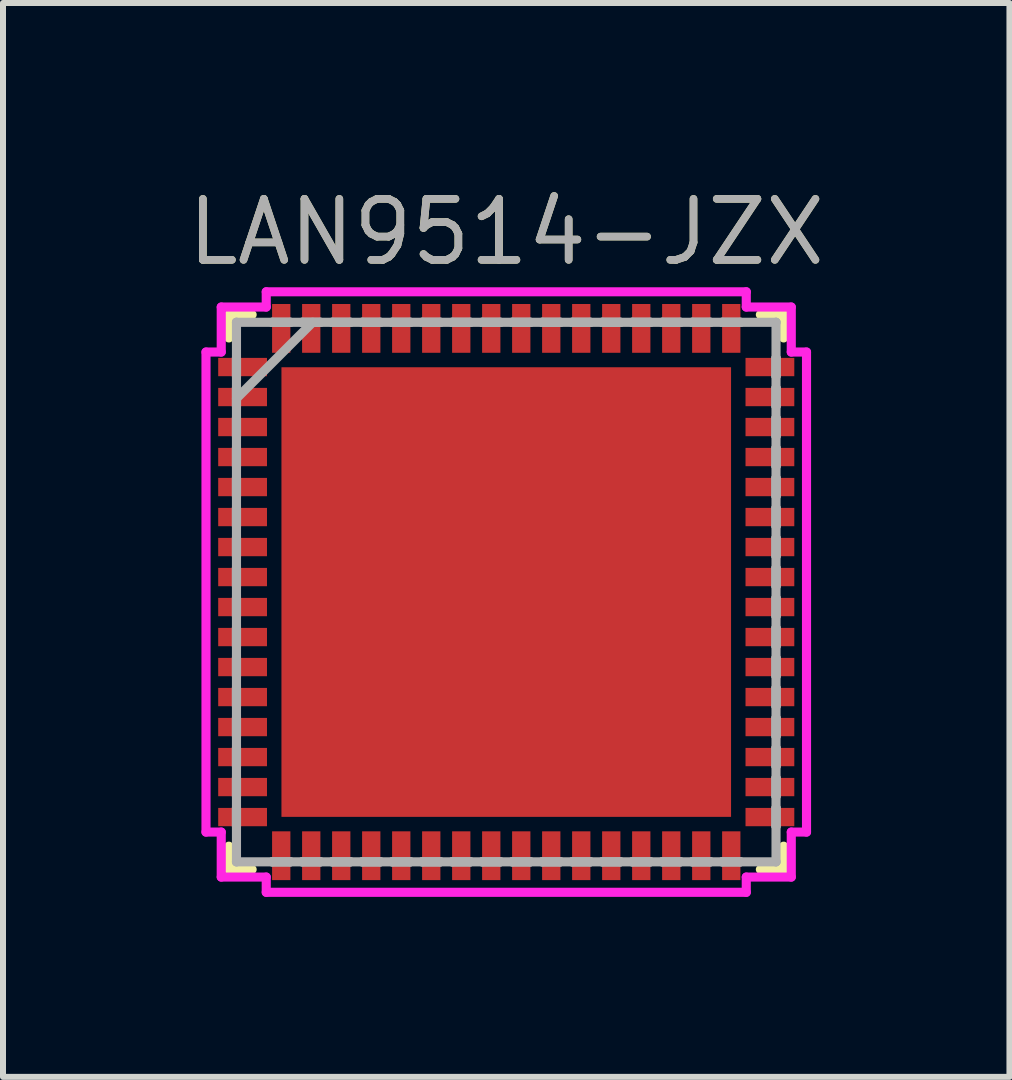
<source format=kicad_pcb>
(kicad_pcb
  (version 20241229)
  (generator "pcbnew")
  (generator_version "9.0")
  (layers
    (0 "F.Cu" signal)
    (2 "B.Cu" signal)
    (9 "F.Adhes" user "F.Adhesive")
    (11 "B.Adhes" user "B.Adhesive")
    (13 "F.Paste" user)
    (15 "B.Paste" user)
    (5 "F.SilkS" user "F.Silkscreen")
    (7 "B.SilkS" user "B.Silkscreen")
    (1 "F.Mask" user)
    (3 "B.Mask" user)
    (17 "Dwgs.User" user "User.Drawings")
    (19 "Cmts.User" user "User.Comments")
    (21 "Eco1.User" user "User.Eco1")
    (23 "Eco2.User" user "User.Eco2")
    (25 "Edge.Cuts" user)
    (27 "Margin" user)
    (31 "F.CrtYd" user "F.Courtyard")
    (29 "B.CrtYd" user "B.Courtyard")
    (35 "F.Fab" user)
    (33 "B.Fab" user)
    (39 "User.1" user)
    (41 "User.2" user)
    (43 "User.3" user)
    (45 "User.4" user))
  (footprint "LAN9514-JZX"
    (layer "F.Cu")
    (at 5.387 6.817)
    (property "Reference" "LAN9514-JZX" (at 0 -6 0) (layer "F.SilkS") (effects (font (size 1.016 1.016) (thickness 0.127))))
    (attr through_hole)
    (fp_line (start -4.623 -4.623) (end -4.623 -4.235) (stroke (width 0.152) (type solid)) (layer "F.SilkS"))
    (fp_line (start -4.623 4.235) (end -4.623 4.623) (stroke (width 0.152) (type solid)) (layer "F.SilkS"))
    (fp_line (start -4.623 4.623) (end -4.235 4.623) (stroke (width 0.152) (type solid)) (layer "F.SilkS"))
    (fp_line (start -4.235 -4.623) (end -4.623 -4.623) (stroke (width 0.152) (type solid)) (layer "F.SilkS"))
    (fp_line (start 4.235 4.623) (end 4.623 4.623) (stroke (width 0.152) (type solid)) (layer "F.SilkS"))
    (fp_line (start 4.623 -4.623) (end 4.235 -4.623) (stroke (width 0.152) (type solid)) (layer "F.SilkS"))
    (fp_line (start 4.623 -4.235) (end 4.623 -4.623) (stroke (width 0.152) (type solid)) (layer "F.SilkS"))
    (fp_line (start 4.623 4.623) (end 4.623 4.235) (stroke (width 0.152) (type solid)) (layer "F.SilkS"))
    (fp_line (start -5.004 -4) (end -4.75 -4) (stroke (width 0.152) (type solid)) (layer "F.CrtYd"))
    (fp_line (start -5.004 4) (end -5.004 -4) (stroke (width 0.152) (type solid)) (layer "F.CrtYd"))
    (fp_line (start -4.75 -4.75) (end -4 -4.75) (stroke (width 0.152) (type solid)) (layer "F.CrtYd"))
    (fp_line (start -4.75 -4) (end -4.75 -4.75) (stroke (width 0.152) (type solid)) (layer "F.CrtYd"))
    (fp_line (start -4.75 4) (end -5.004 4) (stroke (width 0.152) (type solid)) (layer "F.CrtYd"))
    (fp_line (start -4.75 4.75) (end -4.75 4) (stroke (width 0.152) (type solid)) (layer "F.CrtYd"))
    (fp_line (start -4 -5.004) (end 4 -5.004) (stroke (width 0.152) (type solid)) (layer "F.CrtYd"))
    (fp_line (start -4 -4.75) (end -4 -5.004) (stroke (width 0.152) (type solid)) (layer "F.CrtYd"))
    (fp_line (start -4 4.75) (end -4.75 4.75) (stroke (width 0.152) (type solid)) (layer "F.CrtYd"))
    (fp_line (start -4 5.004) (end -4 4.75) (stroke (width 0.152) (type solid)) (layer "F.CrtYd"))
    (fp_line (start 4 -5.004) (end 4 -4.75) (stroke (width 0.152) (type solid)) (layer "F.CrtYd"))
    (fp_line (start 4 -4.75) (end 4.75 -4.75) (stroke (width 0.152) (type solid)) (layer "F.CrtYd"))
    (fp_line (start 4 4.75) (end 4 5.004) (stroke (width 0.152) (type solid)) (layer "F.CrtYd"))
    (fp_line (start 4 5.004) (end -4 5.004) (stroke (width 0.152) (type solid)) (layer "F.CrtYd"))
    (fp_line (start 4.75 -4.75) (end 4.75 -4) (stroke (width 0.152) (type solid)) (layer "F.CrtYd"))
    (fp_line (start 4.75 -4) (end 5.004 -4) (stroke (width 0.152) (type solid)) (layer "F.CrtYd"))
    (fp_line (start 4.75 4) (end 4.75 4.75) (stroke (width 0.152) (type solid)) (layer "F.CrtYd"))
    (fp_line (start 4.75 4.75) (end 4 4.75) (stroke (width 0.152) (type solid)) (layer "F.CrtYd"))
    (fp_line (start 5.004 -4) (end 5.004 4) (stroke (width 0.152) (type solid)) (layer "F.CrtYd"))
    (fp_line (start 5.004 4) (end 4.75 4) (stroke (width 0.152) (type solid)) (layer "F.CrtYd"))
    (fp_line (start -4.496 -4.496) (end -4.496 -4.496) (stroke (width 0.152) (type solid)) (layer "F.Fab"))
    (fp_line (start -4.496 -4.496) (end -4.496 4.496) (stroke (width 0.152) (type solid)) (layer "F.Fab"))
    (fp_line (start -4.496 -3.902) (end -4.496 -3.902) (stroke (width 0.152) (type solid)) (layer "F.Fab"))
    (fp_line (start -4.496 -3.902) (end -4.496 -3.598) (stroke (width 0.152) (type solid)) (layer "F.Fab"))
    (fp_line (start -4.496 -3.598) (end -4.496 -3.902) (stroke (width 0.152) (type solid)) (layer "F.Fab"))
    (fp_line (start -4.496 -3.598) (end -4.496 -3.598) (stroke (width 0.152) (type solid)) (layer "F.Fab"))
    (fp_line (start -4.496 -3.402) (end -4.496 -3.402) (stroke (width 0.152) (type solid)) (layer "F.Fab"))
    (fp_line (start -4.496 -3.402) (end -4.496 -3.098) (stroke (width 0.152) (type solid)) (layer "F.Fab"))
    (fp_line (start -4.496 -3.226) (end -3.226 -4.496) (stroke (width 0.152) (type solid)) (layer "F.Fab"))
    (fp_line (start -4.496 -3.098) (end -4.496 -3.402) (stroke (width 0.152) (type solid)) (layer "F.Fab"))
    (fp_line (start -4.496 -3.098) (end -4.496 -3.098) (stroke (width 0.152) (type solid)) (layer "F.Fab"))
    (fp_line (start -4.496 -2.902) (end -4.496 -2.902) (stroke (width 0.152) (type solid)) (layer "F.Fab"))
    (fp_line (start -4.496 -2.902) (end -4.496 -2.598) (stroke (width 0.152) (type solid)) (layer "F.Fab"))
    (fp_line (start -4.496 -2.598) (end -4.496 -2.902) (stroke (width 0.152) (type solid)) (layer "F.Fab"))
    (fp_line (start -4.496 -2.598) (end -4.496 -2.598) (stroke (width 0.152) (type solid)) (layer "F.Fab"))
    (fp_line (start -4.496 -2.402) (end -4.496 -2.402) (stroke (width 0.152) (type solid)) (layer "F.Fab"))
    (fp_line (start -4.496 -2.402) (end -4.496 -2.098) (stroke (width 0.152) (type solid)) (layer "F.Fab"))
    (fp_line (start -4.496 -2.098) (end -4.496 -2.402) (stroke (width 0.152) (type solid)) (layer "F.Fab"))
    (fp_line (start -4.496 -2.098) (end -4.496 -2.098) (stroke (width 0.152) (type solid)) (layer "F.Fab"))
    (fp_line (start -4.496 -1.902) (end -4.496 -1.902) (stroke (width 0.152) (type solid)) (layer "F.Fab"))
    (fp_line (start -4.496 -1.902) (end -4.496 -1.598) (stroke (width 0.152) (type solid)) (layer "F.Fab"))
    (fp_line (start -4.496 -1.598) (end -4.496 -1.902) (stroke (width 0.152) (type solid)) (layer "F.Fab"))
    (fp_line (start -4.496 -1.598) (end -4.496 -1.598) (stroke (width 0.152) (type solid)) (layer "F.Fab"))
    (fp_line (start -4.496 -1.402) (end -4.496 -1.402) (stroke (width 0.152) (type solid)) (layer "F.Fab"))
    (fp_line (start -4.496 -1.402) (end -4.496 -1.098) (stroke (width 0.152) (type solid)) (layer "F.Fab"))
    (fp_line (start -4.496 -1.098) (end -4.496 -1.402) (stroke (width 0.152) (type solid)) (layer "F.Fab"))
    (fp_line (start -4.496 -1.098) (end -4.496 -1.098) (stroke (width 0.152) (type solid)) (layer "F.Fab"))
    (fp_line (start -4.496 -0.902) (end -4.496 -0.902) (stroke (width 0.152) (type solid)) (layer "F.Fab"))
    (fp_line (start -4.496 -0.902) (end -4.496 -0.598) (stroke (width 0.152) (type solid)) (layer "F.Fab"))
    (fp_line (start -4.496 -0.598) (end -4.496 -0.902) (stroke (width 0.152) (type solid)) (layer "F.Fab"))
    (fp_line (start -4.496 -0.598) (end -4.496 -0.598) (stroke (width 0.152) (type solid)) (layer "F.Fab"))
    (fp_line (start -4.496 -0.402) (end -4.496 -0.402) (stroke (width 0.152) (type solid)) (layer "F.Fab"))
    (fp_line (start -4.496 -0.402) (end -4.496 -0.098) (stroke (width 0.152) (type solid)) (layer "F.Fab"))
    (fp_line (start -4.496 -0.098) (end -4.496 -0.402) (stroke (width 0.152) (type solid)) (layer "F.Fab"))
    (fp_line (start -4.496 -0.098) (end -4.496 -0.098) (stroke (width 0.152) (type solid)) (layer "F.Fab"))
    (fp_line (start -4.496 0.098) (end -4.496 0.098) (stroke (width 0.152) (type solid)) (layer "F.Fab"))
    (fp_line (start -4.496 0.098) (end -4.496 0.402) (stroke (width 0.152) (type solid)) (layer "F.Fab"))
    (fp_line (start -4.496 0.402) (end -4.496 0.098) (stroke (width 0.152) (type solid)) (layer "F.Fab"))
    (fp_line (start -4.496 0.402) (end -4.496 0.402) (stroke (width 0.152) (type solid)) (layer "F.Fab"))
    (fp_line (start -4.496 0.598) (end -4.496 0.598) (stroke (width 0.152) (type solid)) (layer "F.Fab"))
    (fp_line (start -4.496 0.598) (end -4.496 0.902) (stroke (width 0.152) (type solid)) (layer "F.Fab"))
    (fp_line (start -4.496 0.902) (end -4.496 0.598) (stroke (width 0.152) (type solid)) (layer "F.Fab"))
    (fp_line (start -4.496 0.902) (end -4.496 0.902) (stroke (width 0.152) (type solid)) (layer "F.Fab"))
    (fp_line (start -4.496 1.098) (end -4.496 1.098) (stroke (width 0.152) (type solid)) (layer "F.Fab"))
    (fp_line (start -4.496 1.098) (end -4.496 1.402) (stroke (width 0.152) (type solid)) (layer "F.Fab"))
    (fp_line (start -4.496 1.402) (end -4.496 1.098) (stroke (width 0.152) (type solid)) (layer "F.Fab"))
    (fp_line (start -4.496 1.402) (end -4.496 1.402) (stroke (width 0.152) (type solid)) (layer "F.Fab"))
    (fp_line (start -4.496 1.598) (end -4.496 1.598) (stroke (width 0.152) (type solid)) (layer "F.Fab"))
    (fp_line (start -4.496 1.598) (end -4.496 1.902) (stroke (width 0.152) (type solid)) (layer "F.Fab"))
    (fp_line (start -4.496 1.902) (end -4.496 1.598) (stroke (width 0.152) (type solid)) (layer "F.Fab"))
    (fp_line (start -4.496 1.902) (end -4.496 1.902) (stroke (width 0.152) (type solid)) (layer "F.Fab"))
    (fp_line (start -4.496 2.098) (end -4.496 2.098) (stroke (width 0.152) (type solid)) (layer "F.Fab"))
    (fp_line (start -4.496 2.098) (end -4.496 2.402) (stroke (width 0.152) (type solid)) (layer "F.Fab"))
    (fp_line (start -4.496 2.402) (end -4.496 2.098) (stroke (width 0.152) (type solid)) (layer "F.Fab"))
    (fp_line (start -4.496 2.402) (end -4.496 2.402) (stroke (width 0.152) (type solid)) (layer "F.Fab"))
    (fp_line (start -4.496 2.598) (end -4.496 2.598) (stroke (width 0.152) (type solid)) (layer "F.Fab"))
    (fp_line (start -4.496 2.598) (end -4.496 2.902) (stroke (width 0.152) (type solid)) (layer "F.Fab"))
    (fp_line (start -4.496 2.902) (end -4.496 2.598) (stroke (width 0.152) (type solid)) (layer "F.Fab"))
    (fp_line (start -4.496 2.902) (end -4.496 2.902) (stroke (width 0.152) (type solid)) (layer "F.Fab"))
    (fp_line (start -4.496 3.098) (end -4.496 3.098) (stroke (width 0.152) (type solid)) (layer "F.Fab"))
    (fp_line (start -4.496 3.098) (end -4.496 3.402) (stroke (width 0.152) (type solid)) (layer "F.Fab"))
    (fp_line (start -4.496 3.402) (end -4.496 3.098) (stroke (width 0.152) (type solid)) (layer "F.Fab"))
    (fp_line (start -4.496 3.402) (end -4.496 3.402) (stroke (width 0.152) (type solid)) (layer "F.Fab"))
    (fp_line (start -4.496 3.598) (end -4.496 3.598) (stroke (width 0.152) (type solid)) (layer "F.Fab"))
    (fp_line (start -4.496 3.598) (end -4.496 3.902) (stroke (width 0.152) (type solid)) (layer "F.Fab"))
    (fp_line (start -4.496 3.902) (end -4.496 3.598) (stroke (width 0.152) (type solid)) (layer "F.Fab"))
    (fp_line (start -4.496 3.902) (end -4.496 3.902) (stroke (width 0.152) (type solid)) (layer "F.Fab"))
    (fp_line (start -4.496 4.496) (end -4.496 4.496) (stroke (width 0.152) (type solid)) (layer "F.Fab"))
    (fp_line (start -4.496 4.496) (end 4.496 4.496) (stroke (width 0.152) (type solid)) (layer "F.Fab"))
    (fp_line (start -3.902 -4.496) (end -3.902 -4.496) (stroke (width 0.152) (type solid)) (layer "F.Fab"))
    (fp_line (start -3.902 -4.496) (end -3.598 -4.496) (stroke (width 0.152) (type solid)) (layer "F.Fab"))
    (fp_line (start -3.902 4.496) (end -3.902 4.496) (stroke (width 0.152) (type solid)) (layer "F.Fab"))
    (fp_line (start -3.902 4.496) (end -3.598 4.496) (stroke (width 0.152) (type solid)) (layer "F.Fab"))
    (fp_line (start -3.598 -4.496) (end -3.902 -4.496) (stroke (width 0.152) (type solid)) (layer "F.Fab"))
    (fp_line (start -3.598 -4.496) (end -3.598 -4.496) (stroke (width 0.152) (type solid)) (layer "F.Fab"))
    (fp_line (start -3.598 4.496) (end -3.902 4.496) (stroke (width 0.152) (type solid)) (layer "F.Fab"))
    (fp_line (start -3.598 4.496) (end -3.598 4.496) (stroke (width 0.152) (type solid)) (layer "F.Fab"))
    (fp_line (start -3.402 -4.496) (end -3.402 -4.496) (stroke (width 0.152) (type solid)) (layer "F.Fab"))
    (fp_line (start -3.402 -4.496) (end -3.098 -4.496) (stroke (width 0.152) (type solid)) (layer "F.Fab"))
    (fp_line (start -3.402 4.496) (end -3.402 4.496) (stroke (width 0.152) (type solid)) (layer "F.Fab"))
    (fp_line (start -3.402 4.496) (end -3.098 4.496) (stroke (width 0.152) (type solid)) (layer "F.Fab"))
    (fp_line (start -3.098 -4.496) (end -3.402 -4.496) (stroke (width 0.152) (type solid)) (layer "F.Fab"))
    (fp_line (start -3.098 -4.496) (end -3.098 -4.496) (stroke (width 0.152) (type solid)) (layer "F.Fab"))
    (fp_line (start -3.098 4.496) (end -3.402 4.496) (stroke (width 0.152) (type solid)) (layer "F.Fab"))
    (fp_line (start -3.098 4.496) (end -3.098 4.496) (stroke (width 0.152) (type solid)) (layer "F.Fab"))
    (fp_line (start -2.902 -4.496) (end -2.902 -4.496) (stroke (width 0.152) (type solid)) (layer "F.Fab"))
    (fp_line (start -2.902 -4.496) (end -2.598 -4.496) (stroke (width 0.152) (type solid)) (layer "F.Fab"))
    (fp_line (start -2.902 4.496) (end -2.902 4.496) (stroke (width 0.152) (type solid)) (layer "F.Fab"))
    (fp_line (start -2.902 4.496) (end -2.598 4.496) (stroke (width 0.152) (type solid)) (layer "F.Fab"))
    (fp_line (start -2.598 -4.496) (end -2.902 -4.496) (stroke (width 0.152) (type solid)) (layer "F.Fab"))
    (fp_line (start -2.598 -4.496) (end -2.598 -4.496) (stroke (width 0.152) (type solid)) (layer "F.Fab"))
    (fp_line (start -2.598 4.496) (end -2.902 4.496) (stroke (width 0.152) (type solid)) (layer "F.Fab"))
    (fp_line (start -2.598 4.496) (end -2.598 4.496) (stroke (width 0.152) (type solid)) (layer "F.Fab"))
    (fp_line (start -2.402 -4.496) (end -2.402 -4.496) (stroke (width 0.152) (type solid)) (layer "F.Fab"))
    (fp_line (start -2.402 -4.496) (end -2.098 -4.496) (stroke (width 0.152) (type solid)) (layer "F.Fab"))
    (fp_line (start -2.402 4.496) (end -2.402 4.496) (stroke (width 0.152) (type solid)) (layer "F.Fab"))
    (fp_line (start -2.402 4.496) (end -2.098 4.496) (stroke (width 0.152) (type solid)) (layer "F.Fab"))
    (fp_line (start -2.098 -4.496) (end -2.402 -4.496) (stroke (width 0.152) (type solid)) (layer "F.Fab"))
    (fp_line (start -2.098 -4.496) (end -2.098 -4.496) (stroke (width 0.152) (type solid)) (layer "F.Fab"))
    (fp_line (start -2.098 4.496) (end -2.402 4.496) (stroke (width 0.152) (type solid)) (layer "F.Fab"))
    (fp_line (start -2.098 4.496) (end -2.098 4.496) (stroke (width 0.152) (type solid)) (layer "F.Fab"))
    (fp_line (start -1.902 -4.496) (end -1.902 -4.496) (stroke (width 0.152) (type solid)) (layer "F.Fab"))
    (fp_line (start -1.902 -4.496) (end -1.598 -4.496) (stroke (width 0.152) (type solid)) (layer "F.Fab"))
    (fp_line (start -1.902 4.496) (end -1.902 4.496) (stroke (width 0.152) (type solid)) (layer "F.Fab"))
    (fp_line (start -1.902 4.496) (end -1.598 4.496) (stroke (width 0.152) (type solid)) (layer "F.Fab"))
    (fp_line (start -1.598 -4.496) (end -1.902 -4.496) (stroke (width 0.152) (type solid)) (layer "F.Fab"))
    (fp_line (start -1.598 -4.496) (end -1.598 -4.496) (stroke (width 0.152) (type solid)) (layer "F.Fab"))
    (fp_line (start -1.598 4.496) (end -1.902 4.496) (stroke (width 0.152) (type solid)) (layer "F.Fab"))
    (fp_line (start -1.598 4.496) (end -1.598 4.496) (stroke (width 0.152) (type solid)) (layer "F.Fab"))
    (fp_line (start -1.402 -4.496) (end -1.402 -4.496) (stroke (width 0.152) (type solid)) (layer "F.Fab"))
    (fp_line (start -1.402 -4.496) (end -1.098 -4.496) (stroke (width 0.152) (type solid)) (layer "F.Fab"))
    (fp_line (start -1.402 4.496) (end -1.402 4.496) (stroke (width 0.152) (type solid)) (layer "F.Fab"))
    (fp_line (start -1.402 4.496) (end -1.098 4.496) (stroke (width 0.152) (type solid)) (layer "F.Fab"))
    (fp_line (start -1.098 -4.496) (end -1.402 -4.496) (stroke (width 0.152) (type solid)) (layer "F.Fab"))
    (fp_line (start -1.098 -4.496) (end -1.098 -4.496) (stroke (width 0.152) (type solid)) (layer "F.Fab"))
    (fp_line (start -1.098 4.496) (end -1.402 4.496) (stroke (width 0.152) (type solid)) (layer "F.Fab"))
    (fp_line (start -1.098 4.496) (end -1.098 4.496) (stroke (width 0.152) (type solid)) (layer "F.Fab"))
    (fp_line (start -0.902 -4.496) (end -0.902 -4.496) (stroke (width 0.152) (type solid)) (layer "F.Fab"))
    (fp_line (start -0.902 -4.496) (end -0.598 -4.496) (stroke (width 0.152) (type solid)) (layer "F.Fab"))
    (fp_line (start -0.902 4.496) (end -0.902 4.496) (stroke (width 0.152) (type solid)) (layer "F.Fab"))
    (fp_line (start -0.902 4.496) (end -0.598 4.496) (stroke (width 0.152) (type solid)) (layer "F.Fab"))
    (fp_line (start -0.598 -4.496) (end -0.902 -4.496) (stroke (width 0.152) (type solid)) (layer "F.Fab"))
    (fp_line (start -0.598 -4.496) (end -0.598 -4.496) (stroke (width 0.152) (type solid)) (layer "F.Fab"))
    (fp_line (start -0.598 4.496) (end -0.902 4.496) (stroke (width 0.152) (type solid)) (layer "F.Fab"))
    (fp_line (start -0.598 4.496) (end -0.598 4.496) (stroke (width 0.152) (type solid)) (layer "F.Fab"))
    (fp_line (start -0.402 -4.496) (end -0.402 -4.496) (stroke (width 0.152) (type solid)) (layer "F.Fab"))
    (fp_line (start -0.402 -4.496) (end -0.098 -4.496) (stroke (width 0.152) (type solid)) (layer "F.Fab"))
    (fp_line (start -0.402 4.496) (end -0.402 4.496) (stroke (width 0.152) (type solid)) (layer "F.Fab"))
    (fp_line (start -0.402 4.496) (end -0.098 4.496) (stroke (width 0.152) (type solid)) (layer "F.Fab"))
    (fp_line (start -0.098 -4.496) (end -0.402 -4.496) (stroke (width 0.152) (type solid)) (layer "F.Fab"))
    (fp_line (start -0.098 -4.496) (end -0.098 -4.496) (stroke (width 0.152) (type solid)) (layer "F.Fab"))
    (fp_line (start -0.098 4.496) (end -0.402 4.496) (stroke (width 0.152) (type solid)) (layer "F.Fab"))
    (fp_line (start -0.098 4.496) (end -0.098 4.496) (stroke (width 0.152) (type solid)) (layer "F.Fab"))
    (fp_line (start 0.098 -4.496) (end 0.098 -4.496) (stroke (width 0.152) (type solid)) (layer "F.Fab"))
    (fp_line (start 0.098 -4.496) (end 0.402 -4.496) (stroke (width 0.152) (type solid)) (layer "F.Fab"))
    (fp_line (start 0.098 4.496) (end 0.098 4.496) (stroke (width 0.152) (type solid)) (layer "F.Fab"))
    (fp_line (start 0.098 4.496) (end 0.402 4.496) (stroke (width 0.152) (type solid)) (layer "F.Fab"))
    (fp_line (start 0.402 -4.496) (end 0.098 -4.496) (stroke (width 0.152) (type solid)) (layer "F.Fab"))
    (fp_line (start 0.402 -4.496) (end 0.402 -4.496) (stroke (width 0.152) (type solid)) (layer "F.Fab"))
    (fp_line (start 0.402 4.496) (end 0.098 4.496) (stroke (width 0.152) (type solid)) (layer "F.Fab"))
    (fp_line (start 0.402 4.496) (end 0.402 4.496) (stroke (width 0.152) (type solid)) (layer "F.Fab"))
    (fp_line (start 0.598 -4.496) (end 0.598 -4.496) (stroke (width 0.152) (type solid)) (layer "F.Fab"))
    (fp_line (start 0.598 -4.496) (end 0.902 -4.496) (stroke (width 0.152) (type solid)) (layer "F.Fab"))
    (fp_line (start 0.598 4.496) (end 0.598 4.496) (stroke (width 0.152) (type solid)) (layer "F.Fab"))
    (fp_line (start 0.598 4.496) (end 0.902 4.496) (stroke (width 0.152) (type solid)) (layer "F.Fab"))
    (fp_line (start 0.902 -4.496) (end 0.598 -4.496) (stroke (width 0.152) (type solid)) (layer "F.Fab"))
    (fp_line (start 0.902 -4.496) (end 0.902 -4.496) (stroke (width 0.152) (type solid)) (layer "F.Fab"))
    (fp_line (start 0.902 4.496) (end 0.598 4.496) (stroke (width 0.152) (type solid)) (layer "F.Fab"))
    (fp_line (start 0.902 4.496) (end 0.902 4.496) (stroke (width 0.152) (type solid)) (layer "F.Fab"))
    (fp_line (start 1.098 -4.496) (end 1.098 -4.496) (stroke (width 0.152) (type solid)) (layer "F.Fab"))
    (fp_line (start 1.098 -4.496) (end 1.402 -4.496) (stroke (width 0.152) (type solid)) (layer "F.Fab"))
    (fp_line (start 1.098 4.496) (end 1.098 4.496) (stroke (width 0.152) (type solid)) (layer "F.Fab"))
    (fp_line (start 1.098 4.496) (end 1.402 4.496) (stroke (width 0.152) (type solid)) (layer "F.Fab"))
    (fp_line (start 1.402 -4.496) (end 1.098 -4.496) (stroke (width 0.152) (type solid)) (layer "F.Fab"))
    (fp_line (start 1.402 -4.496) (end 1.402 -4.496) (stroke (width 0.152) (type solid)) (layer "F.Fab"))
    (fp_line (start 1.402 4.496) (end 1.098 4.496) (stroke (width 0.152) (type solid)) (layer "F.Fab"))
    (fp_line (start 1.402 4.496) (end 1.402 4.496) (stroke (width 0.152) (type solid)) (layer "F.Fab"))
    (fp_line (start 1.598 -4.496) (end 1.598 -4.496) (stroke (width 0.152) (type solid)) (layer "F.Fab"))
    (fp_line (start 1.598 -4.496) (end 1.902 -4.496) (stroke (width 0.152) (type solid)) (layer "F.Fab"))
    (fp_line (start 1.598 4.496) (end 1.598 4.496) (stroke (width 0.152) (type solid)) (layer "F.Fab"))
    (fp_line (start 1.598 4.496) (end 1.902 4.496) (stroke (width 0.152) (type solid)) (layer "F.Fab"))
    (fp_line (start 1.902 -4.496) (end 1.598 -4.496) (stroke (width 0.152) (type solid)) (layer "F.Fab"))
    (fp_line (start 1.902 -4.496) (end 1.902 -4.496) (stroke (width 0.152) (type solid)) (layer "F.Fab"))
    (fp_line (start 1.902 4.496) (end 1.598 4.496) (stroke (width 0.152) (type solid)) (layer "F.Fab"))
    (fp_line (start 1.902 4.496) (end 1.902 4.496) (stroke (width 0.152) (type solid)) (layer "F.Fab"))
    (fp_line (start 2.098 -4.496) (end 2.098 -4.496) (stroke (width 0.152) (type solid)) (layer "F.Fab"))
    (fp_line (start 2.098 -4.496) (end 2.402 -4.496) (stroke (width 0.152) (type solid)) (layer "F.Fab"))
    (fp_line (start 2.098 4.496) (end 2.098 4.496) (stroke (width 0.152) (type solid)) (layer "F.Fab"))
    (fp_line (start 2.098 4.496) (end 2.402 4.496) (stroke (width 0.152) (type solid)) (layer "F.Fab"))
    (fp_line (start 2.402 -4.496) (end 2.098 -4.496) (stroke (width 0.152) (type solid)) (layer "F.Fab"))
    (fp_line (start 2.402 -4.496) (end 2.402 -4.496) (stroke (width 0.152) (type solid)) (layer "F.Fab"))
    (fp_line (start 2.402 4.496) (end 2.098 4.496) (stroke (width 0.152) (type solid)) (layer "F.Fab"))
    (fp_line (start 2.402 4.496) (end 2.402 4.496) (stroke (width 0.152) (type solid)) (layer "F.Fab"))
    (fp_line (start 2.598 -4.496) (end 2.598 -4.496) (stroke (width 0.152) (type solid)) (layer "F.Fab"))
    (fp_line (start 2.598 -4.496) (end 2.902 -4.496) (stroke (width 0.152) (type solid)) (layer "F.Fab"))
    (fp_line (start 2.598 4.496) (end 2.598 4.496) (stroke (width 0.152) (type solid)) (layer "F.Fab"))
    (fp_line (start 2.598 4.496) (end 2.902 4.496) (stroke (width 0.152) (type solid)) (layer "F.Fab"))
    (fp_line (start 2.902 -4.496) (end 2.598 -4.496) (stroke (width 0.152) (type solid)) (layer "F.Fab"))
    (fp_line (start 2.902 -4.496) (end 2.902 -4.496) (stroke (width 0.152) (type solid)) (layer "F.Fab"))
    (fp_line (start 2.902 4.496) (end 2.598 4.496) (stroke (width 0.152) (type solid)) (layer "F.Fab"))
    (fp_line (start 2.902 4.496) (end 2.902 4.496) (stroke (width 0.152) (type solid)) (layer "F.Fab"))
    (fp_line (start 3.098 -4.496) (end 3.098 -4.496) (stroke (width 0.152) (type solid)) (layer "F.Fab"))
    (fp_line (start 3.098 -4.496) (end 3.402 -4.496) (stroke (width 0.152) (type solid)) (layer "F.Fab"))
    (fp_line (start 3.098 4.496) (end 3.098 4.496) (stroke (width 0.152) (type solid)) (layer "F.Fab"))
    (fp_line (start 3.098 4.496) (end 3.402 4.496) (stroke (width 0.152) (type solid)) (layer "F.Fab"))
    (fp_line (start 3.402 -4.496) (end 3.098 -4.496) (stroke (width 0.152) (type solid)) (layer "F.Fab"))
    (fp_line (start 3.402 -4.496) (end 3.402 -4.496) (stroke (width 0.152) (type solid)) (layer "F.Fab"))
    (fp_line (start 3.402 4.496) (end 3.098 4.496) (stroke (width 0.152) (type solid)) (layer "F.Fab"))
    (fp_line (start 3.402 4.496) (end 3.402 4.496) (stroke (width 0.152) (type solid)) (layer "F.Fab"))
    (fp_line (start 3.598 -4.496) (end 3.598 -4.496) (stroke (width 0.152) (type solid)) (layer "F.Fab"))
    (fp_line (start 3.598 -4.496) (end 3.902 -4.496) (stroke (width 0.152) (type solid)) (layer "F.Fab"))
    (fp_line (start 3.598 4.496) (end 3.598 4.496) (stroke (width 0.152) (type solid)) (layer "F.Fab"))
    (fp_line (start 3.598 4.496) (end 3.902 4.496) (stroke (width 0.152) (type solid)) (layer "F.Fab"))
    (fp_line (start 3.902 -4.496) (end 3.598 -4.496) (stroke (width 0.152) (type solid)) (layer "F.Fab"))
    (fp_line (start 3.902 -4.496) (end 3.902 -4.496) (stroke (width 0.152) (type solid)) (layer "F.Fab"))
    (fp_line (start 3.902 4.496) (end 3.598 4.496) (stroke (width 0.152) (type solid)) (layer "F.Fab"))
    (fp_line (start 3.902 4.496) (end 3.902 4.496) (stroke (width 0.152) (type solid)) (layer "F.Fab"))
    (fp_line (start 4.496 -4.496) (end -4.496 -4.496) (stroke (width 0.152) (type solid)) (layer "F.Fab"))
    (fp_line (start 4.496 -4.496) (end 4.496 -4.496) (stroke (width 0.152) (type solid)) (layer "F.Fab"))
    (fp_line (start 4.496 -3.902) (end 4.496 -3.902) (stroke (width 0.152) (type solid)) (layer "F.Fab"))
    (fp_line (start 4.496 -3.902) (end 4.496 -3.598) (stroke (width 0.152) (type solid)) (layer "F.Fab"))
    (fp_line (start 4.496 -3.598) (end 4.496 -3.902) (stroke (width 0.152) (type solid)) (layer "F.Fab"))
    (fp_line (start 4.496 -3.598) (end 4.496 -3.598) (stroke (width 0.152) (type solid)) (layer "F.Fab"))
    (fp_line (start 4.496 -3.402) (end 4.496 -3.402) (stroke (width 0.152) (type solid)) (layer "F.Fab"))
    (fp_line (start 4.496 -3.402) (end 4.496 -3.098) (stroke (width 0.152) (type solid)) (layer "F.Fab"))
    (fp_line (start 4.496 -3.098) (end 4.496 -3.402) (stroke (width 0.152) (type solid)) (layer "F.Fab"))
    (fp_line (start 4.496 -3.098) (end 4.496 -3.098) (stroke (width 0.152) (type solid)) (layer "F.Fab"))
    (fp_line (start 4.496 -2.902) (end 4.496 -2.902) (stroke (width 0.152) (type solid)) (layer "F.Fab"))
    (fp_line (start 4.496 -2.902) (end 4.496 -2.598) (stroke (width 0.152) (type solid)) (layer "F.Fab"))
    (fp_line (start 4.496 -2.598) (end 4.496 -2.902) (stroke (width 0.152) (type solid)) (layer "F.Fab"))
    (fp_line (start 4.496 -2.598) (end 4.496 -2.598) (stroke (width 0.152) (type solid)) (layer "F.Fab"))
    (fp_line (start 4.496 -2.402) (end 4.496 -2.402) (stroke (width 0.152) (type solid)) (layer "F.Fab"))
    (fp_line (start 4.496 -2.402) (end 4.496 -2.098) (stroke (width 0.152) (type solid)) (layer "F.Fab"))
    (fp_line (start 4.496 -2.098) (end 4.496 -2.402) (stroke (width 0.152) (type solid)) (layer "F.Fab"))
    (fp_line (start 4.496 -2.098) (end 4.496 -2.098) (stroke (width 0.152) (type solid)) (layer "F.Fab"))
    (fp_line (start 4.496 -1.902) (end 4.496 -1.902) (stroke (width 0.152) (type solid)) (layer "F.Fab"))
    (fp_line (start 4.496 -1.902) (end 4.496 -1.598) (stroke (width 0.152) (type solid)) (layer "F.Fab"))
    (fp_line (start 4.496 -1.598) (end 4.496 -1.902) (stroke (width 0.152) (type solid)) (layer "F.Fab"))
    (fp_line (start 4.496 -1.598) (end 4.496 -1.598) (stroke (width 0.152) (type solid)) (layer "F.Fab"))
    (fp_line (start 4.496 -1.402) (end 4.496 -1.402) (stroke (width 0.152) (type solid)) (layer "F.Fab"))
    (fp_line (start 4.496 -1.402) (end 4.496 -1.098) (stroke (width 0.152) (type solid)) (layer "F.Fab"))
    (fp_line (start 4.496 -1.098) (end 4.496 -1.402) (stroke (width 0.152) (type solid)) (layer "F.Fab"))
    (fp_line (start 4.496 -1.098) (end 4.496 -1.098) (stroke (width 0.152) (type solid)) (layer "F.Fab"))
    (fp_line (start 4.496 -0.902) (end 4.496 -0.902) (stroke (width 0.152) (type solid)) (layer "F.Fab"))
    (fp_line (start 4.496 -0.902) (end 4.496 -0.598) (stroke (width 0.152) (type solid)) (layer "F.Fab"))
    (fp_line (start 4.496 -0.598) (end 4.496 -0.902) (stroke (width 0.152) (type solid)) (layer "F.Fab"))
    (fp_line (start 4.496 -0.598) (end 4.496 -0.598) (stroke (width 0.152) (type solid)) (layer "F.Fab"))
    (fp_line (start 4.496 -0.402) (end 4.496 -0.402) (stroke (width 0.152) (type solid)) (layer "F.Fab"))
    (fp_line (start 4.496 -0.402) (end 4.496 -0.098) (stroke (width 0.152) (type solid)) (layer "F.Fab"))
    (fp_line (start 4.496 -0.098) (end 4.496 -0.402) (stroke (width 0.152) (type solid)) (layer "F.Fab"))
    (fp_line (start 4.496 -0.098) (end 4.496 -0.098) (stroke (width 0.152) (type solid)) (layer "F.Fab"))
    (fp_line (start 4.496 0.098) (end 4.496 0.098) (stroke (width 0.152) (type solid)) (layer "F.Fab"))
    (fp_line (start 4.496 0.098) (end 4.496 0.402) (stroke (width 0.152) (type solid)) (layer "F.Fab"))
    (fp_line (start 4.496 0.402) (end 4.496 0.098) (stroke (width 0.152) (type solid)) (layer "F.Fab"))
    (fp_line (start 4.496 0.402) (end 4.496 0.402) (stroke (width 0.152) (type solid)) (layer "F.Fab"))
    (fp_line (start 4.496 0.598) (end 4.496 0.598) (stroke (width 0.152) (type solid)) (layer "F.Fab"))
    (fp_line (start 4.496 0.598) (end 4.496 0.902) (stroke (width 0.152) (type solid)) (layer "F.Fab"))
    (fp_line (start 4.496 0.902) (end 4.496 0.598) (stroke (width 0.152) (type solid)) (layer "F.Fab"))
    (fp_line (start 4.496 0.902) (end 4.496 0.902) (stroke (width 0.152) (type solid)) (layer "F.Fab"))
    (fp_line (start 4.496 1.098) (end 4.496 1.098) (stroke (width 0.152) (type solid)) (layer "F.Fab"))
    (fp_line (start 4.496 1.098) (end 4.496 1.402) (stroke (width 0.152) (type solid)) (layer "F.Fab"))
    (fp_line (start 4.496 1.402) (end 4.496 1.098) (stroke (width 0.152) (type solid)) (layer "F.Fab"))
    (fp_line (start 4.496 1.402) (end 4.496 1.402) (stroke (width 0.152) (type solid)) (layer "F.Fab"))
    (fp_line (start 4.496 1.598) (end 4.496 1.598) (stroke (width 0.152) (type solid)) (layer "F.Fab"))
    (fp_line (start 4.496 1.598) (end 4.496 1.902) (stroke (width 0.152) (type solid)) (layer "F.Fab"))
    (fp_line (start 4.496 1.902) (end 4.496 1.598) (stroke (width 0.152) (type solid)) (layer "F.Fab"))
    (fp_line (start 4.496 1.902) (end 4.496 1.902) (stroke (width 0.152) (type solid)) (layer "F.Fab"))
    (fp_line (start 4.496 2.098) (end 4.496 2.098) (stroke (width 0.152) (type solid)) (layer "F.Fab"))
    (fp_line (start 4.496 2.098) (end 4.496 2.402) (stroke (width 0.152) (type solid)) (layer "F.Fab"))
    (fp_line (start 4.496 2.402) (end 4.496 2.098) (stroke (width 0.152) (type solid)) (layer "F.Fab"))
    (fp_line (start 4.496 2.402) (end 4.496 2.402) (stroke (width 0.152) (type solid)) (layer "F.Fab"))
    (fp_line (start 4.496 2.598) (end 4.496 2.598) (stroke (width 0.152) (type solid)) (layer "F.Fab"))
    (fp_line (start 4.496 2.598) (end 4.496 2.902) (stroke (width 0.152) (type solid)) (layer "F.Fab"))
    (fp_line (start 4.496 2.902) (end 4.496 2.598) (stroke (width 0.152) (type solid)) (layer "F.Fab"))
    (fp_line (start 4.496 2.902) (end 4.496 2.902) (stroke (width 0.152) (type solid)) (layer "F.Fab"))
    (fp_line (start 4.496 3.098) (end 4.496 3.098) (stroke (width 0.152) (type solid)) (layer "F.Fab"))
    (fp_line (start 4.496 3.098) (end 4.496 3.402) (stroke (width 0.152) (type solid)) (layer "F.Fab"))
    (fp_line (start 4.496 3.402) (end 4.496 3.098) (stroke (width 0.152) (type solid)) (layer "F.Fab"))
    (fp_line (start 4.496 3.402) (end 4.496 3.402) (stroke (width 0.152) (type solid)) (layer "F.Fab"))
    (fp_line (start 4.496 3.598) (end 4.496 3.598) (stroke (width 0.152) (type solid)) (layer "F.Fab"))
    (fp_line (start 4.496 3.598) (end 4.496 3.902) (stroke (width 0.152) (type solid)) (layer "F.Fab"))
    (fp_line (start 4.496 3.902) (end 4.496 3.598) (stroke (width 0.152) (type solid)) (layer "F.Fab"))
    (fp_line (start 4.496 3.902) (end 4.496 3.902) (stroke (width 0.152) (type solid)) (layer "F.Fab"))
    (fp_line (start 4.496 4.496) (end 4.496 -4.496) (stroke (width 0.152) (type solid)) (layer "F.Fab"))
    (fp_line (start 4.496 4.496) (end 4.496 4.496) (stroke (width 0.152) (type solid)) (layer "F.Fab"))
    (fp_text user "${REFERENCE}" (at 0 -6 0) (layer "F.Fab") (effects (font (size 1.016 1.016) (thickness 0.127))))
    (pad "1" smd rect (at -4.394 -3.75 90) (size 0.305 0.813) (layers "F.Cu" "F.Mask" "F.Paste"))
    (pad "2" smd rect (at -4.394 -3.25 90) (size 0.305 0.813) (layers "F.Cu" "F.Mask" "F.Paste"))
    (pad "3" smd rect (at -4.394 -2.75 90) (size 0.305 0.813) (layers "F.Cu" "F.Mask" "F.Paste"))
    (pad "4" smd rect (at -4.394 -2.25 90) (size 0.305 0.813) (layers "F.Cu" "F.Mask" "F.Paste"))
    (pad "5" smd rect (at -4.394 -1.75 90) (size 0.305 0.813) (layers "F.Cu" "F.Mask" "F.Paste"))
    (pad "6" smd rect (at -4.394 -1.25 90) (size 0.305 0.813) (layers "F.Cu" "F.Mask" "F.Paste"))
    (pad "7" smd rect (at -4.394 -0.75 90) (size 0.305 0.813) (layers "F.Cu" "F.Mask" "F.Paste"))
    (pad "8" smd rect (at -4.394 -0.25 90) (size 0.305 0.813) (layers "F.Cu" "F.Mask" "F.Paste"))
    (pad "9" smd rect (at -4.394 0.25 90) (size 0.305 0.813) (layers "F.Cu" "F.Mask" "F.Paste"))
    (pad "10" smd rect (at -4.394 0.75 90) (size 0.305 0.813) (layers "F.Cu" "F.Mask" "F.Paste"))
    (pad "11" smd rect (at -4.394 1.25 90) (size 0.305 0.813) (layers "F.Cu" "F.Mask" "F.Paste"))
    (pad "12" smd rect (at -4.394 1.75 90) (size 0.305 0.813) (layers "F.Cu" "F.Mask" "F.Paste"))
    (pad "13" smd rect (at -4.394 2.25 90) (size 0.305 0.813) (layers "F.Cu" "F.Mask" "F.Paste"))
    (pad "14" smd rect (at -4.394 2.75 90) (size 0.305 0.813) (layers "F.Cu" "F.Mask" "F.Paste"))
    (pad "15" smd rect (at -4.394 3.25 90) (size 0.305 0.813) (layers "F.Cu" "F.Mask" "F.Paste"))
    (pad "16" smd rect (at -4.394 3.75 90) (size 0.305 0.813) (layers "F.Cu" "F.Mask" "F.Paste"))
    (pad "17" smd rect (at -3.75 4.394) (size 0.305 0.813) (layers "F.Cu" "F.Mask" "F.Paste"))
    (pad "18" smd rect (at -3.25 4.394) (size 0.305 0.813) (layers "F.Cu" "F.Mask" "F.Paste"))
    (pad "19" smd rect (at -2.75 4.394) (size 0.305 0.813) (layers "F.Cu" "F.Mask" "F.Paste"))
    (pad "20" smd rect (at -2.25 4.394) (size 0.305 0.813) (layers "F.Cu" "F.Mask" "F.Paste"))
    (pad "21" smd rect (at -1.75 4.394) (size 0.305 0.813) (layers "F.Cu" "F.Mask" "F.Paste"))
    (pad "22" smd rect (at -1.25 4.394) (size 0.305 0.813) (layers "F.Cu" "F.Mask" "F.Paste"))
    (pad "23" smd rect (at -0.75 4.394) (size 0.305 0.813) (layers "F.Cu" "F.Mask" "F.Paste"))
    (pad "24" smd rect (at -0.25 4.394) (size 0.305 0.813) (layers "F.Cu" "F.Mask" "F.Paste"))
    (pad "25" smd rect (at 0.25 4.394) (size 0.305 0.813) (layers "F.Cu" "F.Mask" "F.Paste"))
    (pad "26" smd rect (at 0.75 4.394) (size 0.305 0.813) (layers "F.Cu" "F.Mask" "F.Paste"))
    (pad "27" smd rect (at 1.25 4.394) (size 0.305 0.813) (layers "F.Cu" "F.Mask" "F.Paste"))
    (pad "28" smd rect (at 1.75 4.394) (size 0.305 0.813) (layers "F.Cu" "F.Mask" "F.Paste"))
    (pad "29" smd rect (at 2.25 4.394) (size 0.305 0.813) (layers "F.Cu" "F.Mask" "F.Paste"))
    (pad "30" smd rect (at 2.75 4.394) (size 0.305 0.813) (layers "F.Cu" "F.Mask" "F.Paste"))
    (pad "31" smd rect (at 3.25 4.394) (size 0.305 0.813) (layers "F.Cu" "F.Mask" "F.Paste"))
    (pad "32" smd rect (at 3.75 4.394) (size 0.305 0.813) (layers "F.Cu" "F.Mask" "F.Paste"))
    (pad "33" smd rect (at 4.394 3.75 90) (size 0.305 0.813) (layers "F.Cu" "F.Mask" "F.Paste"))
    (pad "34" smd rect (at 4.394 3.25 90) (size 0.305 0.813) (layers "F.Cu" "F.Mask" "F.Paste"))
    (pad "35" smd rect (at 4.394 2.75 90) (size 0.305 0.813) (layers "F.Cu" "F.Mask" "F.Paste"))
    (pad "36" smd rect (at 4.394 2.25 90) (size 0.305 0.813) (layers "F.Cu" "F.Mask" "F.Paste"))
    (pad "37" smd rect (at 4.394 1.75 90) (size 0.305 0.813) (layers "F.Cu" "F.Mask" "F.Paste"))
    (pad "38" smd rect (at 4.394 1.25 90) (size 0.305 0.813) (layers "F.Cu" "F.Mask" "F.Paste"))
    (pad "39" smd rect (at 4.394 0.75 90) (size 0.305 0.813) (layers "F.Cu" "F.Mask" "F.Paste"))
    (pad "40" smd rect (at 4.394 0.25 90) (size 0.305 0.813) (layers "F.Cu" "F.Mask" "F.Paste"))
    (pad "41" smd rect (at 4.394 -0.25 90) (size 0.305 0.813) (layers "F.Cu" "F.Mask" "F.Paste"))
    (pad "42" smd rect (at 4.394 -0.75 90) (size 0.305 0.813) (layers "F.Cu" "F.Mask" "F.Paste"))
    (pad "43" smd rect (at 4.394 -1.25 90) (size 0.305 0.813) (layers "F.Cu" "F.Mask" "F.Paste"))
    (pad "44" smd rect (at 4.394 -1.75 90) (size 0.305 0.813) (layers "F.Cu" "F.Mask" "F.Paste"))
    (pad "45" smd rect (at 4.394 -2.25 90) (size 0.305 0.813) (layers "F.Cu" "F.Mask" "F.Paste"))
    (pad "46" smd rect (at 4.394 -2.75 90) (size 0.305 0.813) (layers "F.Cu" "F.Mask" "F.Paste"))
    (pad "47" smd rect (at 4.394 -3.25 90) (size 0.305 0.813) (layers "F.Cu" "F.Mask" "F.Paste"))
    (pad "48" smd rect (at 4.394 -3.75 90) (size 0.305 0.813) (layers "F.Cu" "F.Mask" "F.Paste"))
    (pad "49" smd rect (at 3.75 -4.394) (size 0.305 0.813) (layers "F.Cu" "F.Mask" "F.Paste"))
    (pad "50" smd rect (at 3.25 -4.394) (size 0.305 0.813) (layers "F.Cu" "F.Mask" "F.Paste"))
    (pad "51" smd rect (at 2.75 -4.394) (size 0.305 0.813) (layers "F.Cu" "F.Mask" "F.Paste"))
    (pad "52" smd rect (at 2.25 -4.394) (size 0.305 0.813) (layers "F.Cu" "F.Mask" "F.Paste"))
    (pad "53" smd rect (at 1.75 -4.394) (size 0.305 0.813) (layers "F.Cu" "F.Mask" "F.Paste"))
    (pad "54" smd rect (at 1.25 -4.394) (size 0.305 0.813) (layers "F.Cu" "F.Mask" "F.Paste"))
    (pad "55" smd rect (at 0.75 -4.394) (size 0.305 0.813) (layers "F.Cu" "F.Mask" "F.Paste"))
    (pad "56" smd rect (at 0.25 -4.394) (size 0.305 0.813) (layers "F.Cu" "F.Mask" "F.Paste"))
    (pad "57" smd rect (at -0.25 -4.394) (size 0.305 0.813) (layers "F.Cu" "F.Mask" "F.Paste"))
    (pad "58" smd rect (at -0.75 -4.394) (size 0.305 0.813) (layers "F.Cu" "F.Mask" "F.Paste"))
    (pad "59" smd rect (at -1.25 -4.394) (size 0.305 0.813) (layers "F.Cu" "F.Mask" "F.Paste"))
    (pad "60" smd rect (at -1.75 -4.394) (size 0.305 0.813) (layers "F.Cu" "F.Mask" "F.Paste"))
    (pad "61" smd rect (at -2.25 -4.394) (size 0.305 0.813) (layers "F.Cu" "F.Mask" "F.Paste"))
    (pad "62" smd rect (at -2.75 -4.394) (size 0.305 0.813) (layers "F.Cu" "F.Mask" "F.Paste"))
    (pad "63" smd rect (at -3.25 -4.394) (size 0.305 0.813) (layers "F.Cu" "F.Mask" "F.Paste"))
    (pad "64" smd rect (at -3.75 -4.394) (size 0.305 0.813) (layers "F.Cu" "F.Mask" "F.Paste"))
    (pad "65" smd rect (at 0 0) (size 7.493 7.493) (layers "F.Cu" "F.Mask" "F.Paste")))
  (gr_rect
    (start -3 -3)
    (end 13.773 14.897)
    (stroke (width 0.1) (type default))
    (fill no)
    (layer "Edge.Cuts")))
</source>
